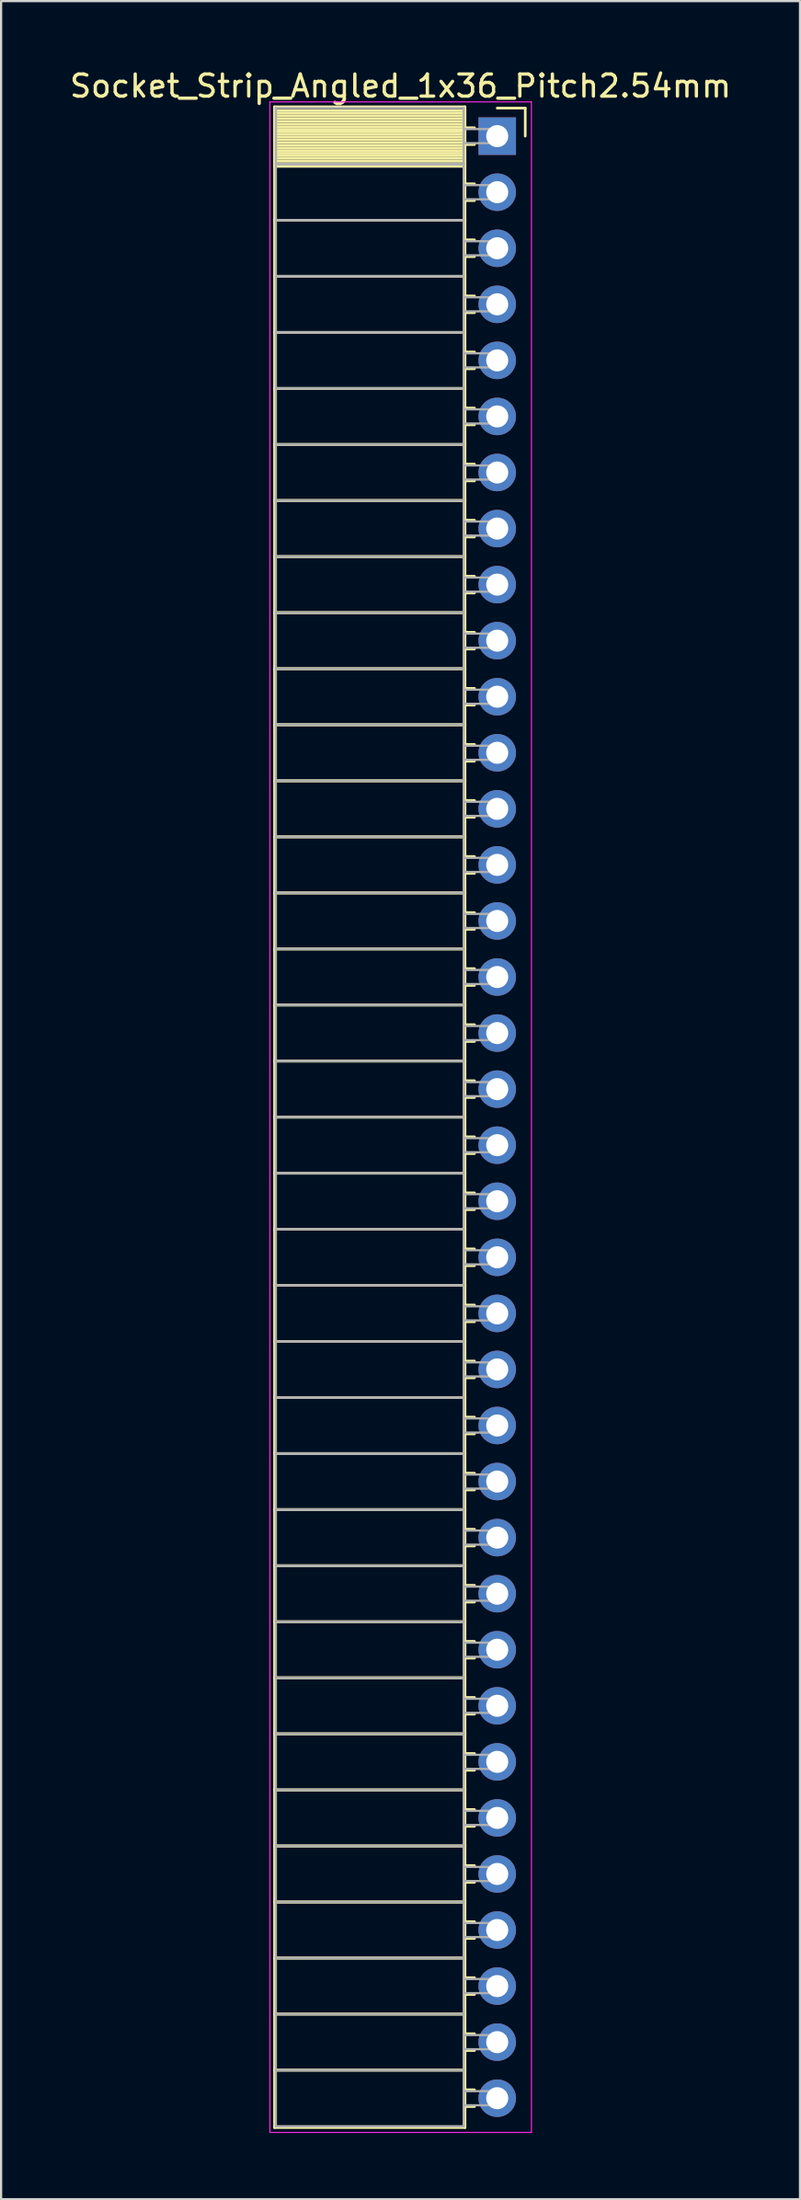
<source format=kicad_pcb>
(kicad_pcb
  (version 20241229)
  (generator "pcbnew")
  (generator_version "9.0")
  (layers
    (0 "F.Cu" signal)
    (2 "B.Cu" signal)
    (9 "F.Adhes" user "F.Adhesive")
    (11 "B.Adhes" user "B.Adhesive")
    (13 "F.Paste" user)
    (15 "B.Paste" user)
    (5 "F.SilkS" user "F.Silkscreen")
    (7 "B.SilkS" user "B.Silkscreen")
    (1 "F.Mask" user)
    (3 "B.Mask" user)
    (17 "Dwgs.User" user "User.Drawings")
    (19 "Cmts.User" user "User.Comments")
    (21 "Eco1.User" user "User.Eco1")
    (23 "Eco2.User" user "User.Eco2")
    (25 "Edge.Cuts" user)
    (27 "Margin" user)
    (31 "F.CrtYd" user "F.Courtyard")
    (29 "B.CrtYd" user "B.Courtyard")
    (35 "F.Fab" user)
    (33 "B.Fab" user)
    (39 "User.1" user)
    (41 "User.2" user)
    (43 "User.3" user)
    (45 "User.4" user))
  (footprint "Socket_Strip_Angled_1x36_Pitch2.54mm"
    (layer "F.Cu")
    (at 19.481 3.118)
    (property "Reference" "Socket_Strip_Angled_1x36_Pitch2.54mm" (at -4.38 -2.27 0) (layer "F.SilkS") (effects (font (size 1 1) (thickness 0.15))))
    (attr through_hole)
    (fp_line (start -10.09 -1.33) (end -1.46 -1.33) (stroke (width 0.12) (type solid)) (layer "F.SilkS"))
    (fp_line (start -10.09 1.27) (end -10.09 -1.33) (stroke (width 0.12) (type solid)) (layer "F.SilkS"))
    (fp_line (start -10.09 1.27) (end -1.46 1.27) (stroke (width 0.12) (type solid)) (layer "F.SilkS"))
    (fp_line (start -10.09 3.81) (end -10.09 1.27) (stroke (width 0.12) (type solid)) (layer "F.SilkS"))
    (fp_line (start -10.09 3.81) (end -1.46 3.81) (stroke (width 0.12) (type solid)) (layer "F.SilkS"))
    (fp_line (start -10.09 6.35) (end -10.09 3.81) (stroke (width 0.12) (type solid)) (layer "F.SilkS"))
    (fp_line (start -10.09 6.35) (end -1.46 6.35) (stroke (width 0.12) (type solid)) (layer "F.SilkS"))
    (fp_line (start -10.09 8.89) (end -10.09 6.35) (stroke (width 0.12) (type solid)) (layer "F.SilkS"))
    (fp_line (start -10.09 8.89) (end -1.46 8.89) (stroke (width 0.12) (type solid)) (layer "F.SilkS"))
    (fp_line (start -10.09 11.43) (end -10.09 8.89) (stroke (width 0.12) (type solid)) (layer "F.SilkS"))
    (fp_line (start -10.09 11.43) (end -1.46 11.43) (stroke (width 0.12) (type solid)) (layer "F.SilkS"))
    (fp_line (start -10.09 13.97) (end -10.09 11.43) (stroke (width 0.12) (type solid)) (layer "F.SilkS"))
    (fp_line (start -10.09 13.97) (end -1.46 13.97) (stroke (width 0.12) (type solid)) (layer "F.SilkS"))
    (fp_line (start -10.09 16.51) (end -10.09 13.97) (stroke (width 0.12) (type solid)) (layer "F.SilkS"))
    (fp_line (start -10.09 16.51) (end -1.46 16.51) (stroke (width 0.12) (type solid)) (layer "F.SilkS"))
    (fp_line (start -10.09 19.05) (end -10.09 16.51) (stroke (width 0.12) (type solid)) (layer "F.SilkS"))
    (fp_line (start -10.09 19.05) (end -1.46 19.05) (stroke (width 0.12) (type solid)) (layer "F.SilkS"))
    (fp_line (start -10.09 21.59) (end -10.09 19.05) (stroke (width 0.12) (type solid)) (layer "F.SilkS"))
    (fp_line (start -10.09 21.59) (end -1.46 21.59) (stroke (width 0.12) (type solid)) (layer "F.SilkS"))
    (fp_line (start -10.09 24.13) (end -10.09 21.59) (stroke (width 0.12) (type solid)) (layer "F.SilkS"))
    (fp_line (start -10.09 24.13) (end -1.46 24.13) (stroke (width 0.12) (type solid)) (layer "F.SilkS"))
    (fp_line (start -10.09 26.67) (end -10.09 24.13) (stroke (width 0.12) (type solid)) (layer "F.SilkS"))
    (fp_line (start -10.09 26.67) (end -1.46 26.67) (stroke (width 0.12) (type solid)) (layer "F.SilkS"))
    (fp_line (start -10.09 29.21) (end -10.09 26.67) (stroke (width 0.12) (type solid)) (layer "F.SilkS"))
    (fp_line (start -10.09 29.21) (end -1.46 29.21) (stroke (width 0.12) (type solid)) (layer "F.SilkS"))
    (fp_line (start -10.09 31.75) (end -10.09 29.21) (stroke (width 0.12) (type solid)) (layer "F.SilkS"))
    (fp_line (start -10.09 31.75) (end -1.46 31.75) (stroke (width 0.12) (type solid)) (layer "F.SilkS"))
    (fp_line (start -10.09 34.29) (end -10.09 31.75) (stroke (width 0.12) (type solid)) (layer "F.SilkS"))
    (fp_line (start -10.09 34.29) (end -1.46 34.29) (stroke (width 0.12) (type solid)) (layer "F.SilkS"))
    (fp_line (start -10.09 36.83) (end -10.09 34.29) (stroke (width 0.12) (type solid)) (layer "F.SilkS"))
    (fp_line (start -10.09 36.83) (end -1.46 36.83) (stroke (width 0.12) (type solid)) (layer "F.SilkS"))
    (fp_line (start -10.09 39.37) (end -10.09 36.83) (stroke (width 0.12) (type solid)) (layer "F.SilkS"))
    (fp_line (start -10.09 39.37) (end -1.46 39.37) (stroke (width 0.12) (type solid)) (layer "F.SilkS"))
    (fp_line (start -10.09 41.91) (end -10.09 39.37) (stroke (width 0.12) (type solid)) (layer "F.SilkS"))
    (fp_line (start -10.09 41.91) (end -1.46 41.91) (stroke (width 0.12) (type solid)) (layer "F.SilkS"))
    (fp_line (start -10.09 44.45) (end -10.09 41.91) (stroke (width 0.12) (type solid)) (layer "F.SilkS"))
    (fp_line (start -10.09 44.45) (end -1.46 44.45) (stroke (width 0.12) (type solid)) (layer "F.SilkS"))
    (fp_line (start -10.09 46.99) (end -10.09 44.45) (stroke (width 0.12) (type solid)) (layer "F.SilkS"))
    (fp_line (start -10.09 46.99) (end -1.46 46.99) (stroke (width 0.12) (type solid)) (layer "F.SilkS"))
    (fp_line (start -10.09 49.53) (end -10.09 46.99) (stroke (width 0.12) (type solid)) (layer "F.SilkS"))
    (fp_line (start -10.09 49.53) (end -1.46 49.53) (stroke (width 0.12) (type solid)) (layer "F.SilkS"))
    (fp_line (start -10.09 52.07) (end -10.09 49.53) (stroke (width 0.12) (type solid)) (layer "F.SilkS"))
    (fp_line (start -10.09 52.07) (end -1.46 52.07) (stroke (width 0.12) (type solid)) (layer "F.SilkS"))
    (fp_line (start -10.09 54.61) (end -10.09 52.07) (stroke (width 0.12) (type solid)) (layer "F.SilkS"))
    (fp_line (start -10.09 54.61) (end -1.46 54.61) (stroke (width 0.12) (type solid)) (layer "F.SilkS"))
    (fp_line (start -10.09 57.15) (end -10.09 54.61) (stroke (width 0.12) (type solid)) (layer "F.SilkS"))
    (fp_line (start -10.09 57.15) (end -1.46 57.15) (stroke (width 0.12) (type solid)) (layer "F.SilkS"))
    (fp_line (start -10.09 59.69) (end -10.09 57.15) (stroke (width 0.12) (type solid)) (layer "F.SilkS"))
    (fp_line (start -10.09 59.69) (end -1.46 59.69) (stroke (width 0.12) (type solid)) (layer "F.SilkS"))
    (fp_line (start -10.09 62.23) (end -10.09 59.69) (stroke (width 0.12) (type solid)) (layer "F.SilkS"))
    (fp_line (start -10.09 62.23) (end -1.46 62.23) (stroke (width 0.12) (type solid)) (layer "F.SilkS"))
    (fp_line (start -10.09 64.77) (end -10.09 62.23) (stroke (width 0.12) (type solid)) (layer "F.SilkS"))
    (fp_line (start -10.09 64.77) (end -1.46 64.77) (stroke (width 0.12) (type solid)) (layer "F.SilkS"))
    (fp_line (start -10.09 67.31) (end -10.09 64.77) (stroke (width 0.12) (type solid)) (layer "F.SilkS"))
    (fp_line (start -10.09 67.31) (end -1.46 67.31) (stroke (width 0.12) (type solid)) (layer "F.SilkS"))
    (fp_line (start -10.09 69.85) (end -10.09 67.31) (stroke (width 0.12) (type solid)) (layer "F.SilkS"))
    (fp_line (start -10.09 69.85) (end -1.46 69.85) (stroke (width 0.12) (type solid)) (layer "F.SilkS"))
    (fp_line (start -10.09 72.39) (end -10.09 69.85) (stroke (width 0.12) (type solid)) (layer "F.SilkS"))
    (fp_line (start -10.09 72.39) (end -1.46 72.39) (stroke (width 0.12) (type solid)) (layer "F.SilkS"))
    (fp_line (start -10.09 74.93) (end -10.09 72.39) (stroke (width 0.12) (type solid)) (layer "F.SilkS"))
    (fp_line (start -10.09 74.93) (end -1.46 74.93) (stroke (width 0.12) (type solid)) (layer "F.SilkS"))
    (fp_line (start -10.09 77.47) (end -10.09 74.93) (stroke (width 0.12) (type solid)) (layer "F.SilkS"))
    (fp_line (start -10.09 77.47) (end -1.46 77.47) (stroke (width 0.12) (type solid)) (layer "F.SilkS"))
    (fp_line (start -10.09 80.01) (end -10.09 77.47) (stroke (width 0.12) (type solid)) (layer "F.SilkS"))
    (fp_line (start -10.09 80.01) (end -1.46 80.01) (stroke (width 0.12) (type solid)) (layer "F.SilkS"))
    (fp_line (start -10.09 82.55) (end -10.09 80.01) (stroke (width 0.12) (type solid)) (layer "F.SilkS"))
    (fp_line (start -10.09 82.55) (end -1.46 82.55) (stroke (width 0.12) (type solid)) (layer "F.SilkS"))
    (fp_line (start -10.09 85.09) (end -10.09 82.55) (stroke (width 0.12) (type solid)) (layer "F.SilkS"))
    (fp_line (start -10.09 85.09) (end -1.46 85.09) (stroke (width 0.12) (type solid)) (layer "F.SilkS"))
    (fp_line (start -10.09 87.63) (end -10.09 85.09) (stroke (width 0.12) (type solid)) (layer "F.SilkS"))
    (fp_line (start -10.09 87.63) (end -1.46 87.63) (stroke (width 0.12) (type solid)) (layer "F.SilkS"))
    (fp_line (start -10.09 90.23) (end -10.09 87.63) (stroke (width 0.12) (type solid)) (layer "F.SilkS"))
    (fp_line (start -1.46 -1.33) (end -1.46 1.27) (stroke (width 0.12) (type solid)) (layer "F.SilkS"))
    (fp_line (start -1.46 -1.15) (end -10.09 -1.15) (stroke (width 0.12) (type solid)) (layer "F.SilkS"))
    (fp_line (start -1.46 -1.03) (end -10.09 -1.03) (stroke (width 0.12) (type solid)) (layer "F.SilkS"))
    (fp_line (start -1.46 -0.91) (end -10.09 -0.91) (stroke (width 0.12) (type solid)) (layer "F.SilkS"))
    (fp_line (start -1.46 -0.79) (end -10.09 -0.79) (stroke (width 0.12) (type solid)) (layer "F.SilkS"))
    (fp_line (start -1.46 -0.67) (end -10.09 -0.67) (stroke (width 0.12) (type solid)) (layer "F.SilkS"))
    (fp_line (start -1.46 -0.55) (end -10.09 -0.55) (stroke (width 0.12) (type solid)) (layer "F.SilkS"))
    (fp_line (start -1.46 -0.43) (end -10.09 -0.43) (stroke (width 0.12) (type solid)) (layer "F.SilkS"))
    (fp_line (start -1.46 -0.31) (end -10.09 -0.31) (stroke (width 0.12) (type solid)) (layer "F.SilkS"))
    (fp_line (start -1.46 -0.19) (end -10.09 -0.19) (stroke (width 0.12) (type solid)) (layer "F.SilkS"))
    (fp_line (start -1.46 -0.07) (end -10.09 -0.07) (stroke (width 0.12) (type solid)) (layer "F.SilkS"))
    (fp_line (start -1.46 0.05) (end -10.09 0.05) (stroke (width 0.12) (type solid)) (layer "F.SilkS"))
    (fp_line (start -1.46 0.17) (end -10.09 0.17) (stroke (width 0.12) (type solid)) (layer "F.SilkS"))
    (fp_line (start -1.46 0.29) (end -10.09 0.29) (stroke (width 0.12) (type solid)) (layer "F.SilkS"))
    (fp_line (start -1.46 0.41) (end -10.09 0.41) (stroke (width 0.12) (type solid)) (layer "F.SilkS"))
    (fp_line (start -1.46 0.53) (end -10.09 0.53) (stroke (width 0.12) (type solid)) (layer "F.SilkS"))
    (fp_line (start -1.46 0.65) (end -10.09 0.65) (stroke (width 0.12) (type solid)) (layer "F.SilkS"))
    (fp_line (start -1.46 0.77) (end -10.09 0.77) (stroke (width 0.12) (type solid)) (layer "F.SilkS"))
    (fp_line (start -1.46 0.89) (end -10.09 0.89) (stroke (width 0.12) (type solid)) (layer "F.SilkS"))
    (fp_line (start -1.46 1.01) (end -10.09 1.01) (stroke (width 0.12) (type solid)) (layer "F.SilkS"))
    (fp_line (start -1.46 1.13) (end -10.09 1.13) (stroke (width 0.12) (type solid)) (layer "F.SilkS"))
    (fp_line (start -1.46 1.25) (end -10.09 1.25) (stroke (width 0.12) (type solid)) (layer "F.SilkS"))
    (fp_line (start -1.46 1.27) (end -10.09 1.27) (stroke (width 0.12) (type solid)) (layer "F.SilkS"))
    (fp_line (start -1.46 1.27) (end -1.46 3.81) (stroke (width 0.12) (type solid)) (layer "F.SilkS"))
    (fp_line (start -1.46 1.37) (end -10.09 1.37) (stroke (width 0.12) (type solid)) (layer "F.SilkS"))
    (fp_line (start -1.46 3.81) (end -10.09 3.81) (stroke (width 0.12) (type solid)) (layer "F.SilkS"))
    (fp_line (start -1.46 3.81) (end -1.46 6.35) (stroke (width 0.12) (type solid)) (layer "F.SilkS"))
    (fp_line (start -1.46 6.35) (end -10.09 6.35) (stroke (width 0.12) (type solid)) (layer "F.SilkS"))
    (fp_line (start -1.46 6.35) (end -1.46 8.89) (stroke (width 0.12) (type solid)) (layer "F.SilkS"))
    (fp_line (start -1.46 8.89) (end -10.09 8.89) (stroke (width 0.12) (type solid)) (layer "F.SilkS"))
    (fp_line (start -1.46 8.89) (end -1.46 11.43) (stroke (width 0.12) (type solid)) (layer "F.SilkS"))
    (fp_line (start -1.46 11.43) (end -10.09 11.43) (stroke (width 0.12) (type solid)) (layer "F.SilkS"))
    (fp_line (start -1.46 11.43) (end -1.46 13.97) (stroke (width 0.12) (type solid)) (layer "F.SilkS"))
    (fp_line (start -1.46 13.97) (end -10.09 13.97) (stroke (width 0.12) (type solid)) (layer "F.SilkS"))
    (fp_line (start -1.46 13.97) (end -1.46 16.51) (stroke (width 0.12) (type solid)) (layer "F.SilkS"))
    (fp_line (start -1.46 16.51) (end -10.09 16.51) (stroke (width 0.12) (type solid)) (layer "F.SilkS"))
    (fp_line (start -1.46 16.51) (end -1.46 19.05) (stroke (width 0.12) (type solid)) (layer "F.SilkS"))
    (fp_line (start -1.46 19.05) (end -10.09 19.05) (stroke (width 0.12) (type solid)) (layer "F.SilkS"))
    (fp_line (start -1.46 19.05) (end -1.46 21.59) (stroke (width 0.12) (type solid)) (layer "F.SilkS"))
    (fp_line (start -1.46 21.59) (end -10.09 21.59) (stroke (width 0.12) (type solid)) (layer "F.SilkS"))
    (fp_line (start -1.46 21.59) (end -1.46 24.13) (stroke (width 0.12) (type solid)) (layer "F.SilkS"))
    (fp_line (start -1.46 24.13) (end -10.09 24.13) (stroke (width 0.12) (type solid)) (layer "F.SilkS"))
    (fp_line (start -1.46 24.13) (end -1.46 26.67) (stroke (width 0.12) (type solid)) (layer "F.SilkS"))
    (fp_line (start -1.46 26.67) (end -10.09 26.67) (stroke (width 0.12) (type solid)) (layer "F.SilkS"))
    (fp_line (start -1.46 26.67) (end -1.46 29.21) (stroke (width 0.12) (type solid)) (layer "F.SilkS"))
    (fp_line (start -1.46 29.21) (end -10.09 29.21) (stroke (width 0.12) (type solid)) (layer "F.SilkS"))
    (fp_line (start -1.46 29.21) (end -1.46 31.75) (stroke (width 0.12) (type solid)) (layer "F.SilkS"))
    (fp_line (start -1.46 31.75) (end -10.09 31.75) (stroke (width 0.12) (type solid)) (layer "F.SilkS"))
    (fp_line (start -1.46 31.75) (end -1.46 34.29) (stroke (width 0.12) (type solid)) (layer "F.SilkS"))
    (fp_line (start -1.46 34.29) (end -10.09 34.29) (stroke (width 0.12) (type solid)) (layer "F.SilkS"))
    (fp_line (start -1.46 34.29) (end -1.46 36.83) (stroke (width 0.12) (type solid)) (layer "F.SilkS"))
    (fp_line (start -1.46 36.83) (end -10.09 36.83) (stroke (width 0.12) (type solid)) (layer "F.SilkS"))
    (fp_line (start -1.46 36.83) (end -1.46 39.37) (stroke (width 0.12) (type solid)) (layer "F.SilkS"))
    (fp_line (start -1.46 39.37) (end -10.09 39.37) (stroke (width 0.12) (type solid)) (layer "F.SilkS"))
    (fp_line (start -1.46 39.37) (end -1.46 41.91) (stroke (width 0.12) (type solid)) (layer "F.SilkS"))
    (fp_line (start -1.46 41.91) (end -10.09 41.91) (stroke (width 0.12) (type solid)) (layer "F.SilkS"))
    (fp_line (start -1.46 41.91) (end -1.46 44.45) (stroke (width 0.12) (type solid)) (layer "F.SilkS"))
    (fp_line (start -1.46 44.45) (end -10.09 44.45) (stroke (width 0.12) (type solid)) (layer "F.SilkS"))
    (fp_line (start -1.46 44.45) (end -1.46 46.99) (stroke (width 0.12) (type solid)) (layer "F.SilkS"))
    (fp_line (start -1.46 46.99) (end -10.09 46.99) (stroke (width 0.12) (type solid)) (layer "F.SilkS"))
    (fp_line (start -1.46 46.99) (end -1.46 49.53) (stroke (width 0.12) (type solid)) (layer "F.SilkS"))
    (fp_line (start -1.46 49.53) (end -10.09 49.53) (stroke (width 0.12) (type solid)) (layer "F.SilkS"))
    (fp_line (start -1.46 49.53) (end -1.46 52.07) (stroke (width 0.12) (type solid)) (layer "F.SilkS"))
    (fp_line (start -1.46 52.07) (end -10.09 52.07) (stroke (width 0.12) (type solid)) (layer "F.SilkS"))
    (fp_line (start -1.46 52.07) (end -1.46 54.61) (stroke (width 0.12) (type solid)) (layer "F.SilkS"))
    (fp_line (start -1.46 54.61) (end -10.09 54.61) (stroke (width 0.12) (type solid)) (layer "F.SilkS"))
    (fp_line (start -1.46 54.61) (end -1.46 57.15) (stroke (width 0.12) (type solid)) (layer "F.SilkS"))
    (fp_line (start -1.46 57.15) (end -10.09 57.15) (stroke (width 0.12) (type solid)) (layer "F.SilkS"))
    (fp_line (start -1.46 57.15) (end -1.46 59.69) (stroke (width 0.12) (type solid)) (layer "F.SilkS"))
    (fp_line (start -1.46 59.69) (end -10.09 59.69) (stroke (width 0.12) (type solid)) (layer "F.SilkS"))
    (fp_line (start -1.46 59.69) (end -1.46 62.23) (stroke (width 0.12) (type solid)) (layer "F.SilkS"))
    (fp_line (start -1.46 62.23) (end -10.09 62.23) (stroke (width 0.12) (type solid)) (layer "F.SilkS"))
    (fp_line (start -1.46 62.23) (end -1.46 64.77) (stroke (width 0.12) (type solid)) (layer "F.SilkS"))
    (fp_line (start -1.46 64.77) (end -10.09 64.77) (stroke (width 0.12) (type solid)) (layer "F.SilkS"))
    (fp_line (start -1.46 64.77) (end -1.46 67.31) (stroke (width 0.12) (type solid)) (layer "F.SilkS"))
    (fp_line (start -1.46 67.31) (end -10.09 67.31) (stroke (width 0.12) (type solid)) (layer "F.SilkS"))
    (fp_line (start -1.46 67.31) (end -1.46 69.85) (stroke (width 0.12) (type solid)) (layer "F.SilkS"))
    (fp_line (start -1.46 69.85) (end -10.09 69.85) (stroke (width 0.12) (type solid)) (layer "F.SilkS"))
    (fp_line (start -1.46 69.85) (end -1.46 72.39) (stroke (width 0.12) (type solid)) (layer "F.SilkS"))
    (fp_line (start -1.46 72.39) (end -10.09 72.39) (stroke (width 0.12) (type solid)) (layer "F.SilkS"))
    (fp_line (start -1.46 72.39) (end -1.46 74.93) (stroke (width 0.12) (type solid)) (layer "F.SilkS"))
    (fp_line (start -1.46 74.93) (end -10.09 74.93) (stroke (width 0.12) (type solid)) (layer "F.SilkS"))
    (fp_line (start -1.46 74.93) (end -1.46 77.47) (stroke (width 0.12) (type solid)) (layer "F.SilkS"))
    (fp_line (start -1.46 77.47) (end -10.09 77.47) (stroke (width 0.12) (type solid)) (layer "F.SilkS"))
    (fp_line (start -1.46 77.47) (end -1.46 80.01) (stroke (width 0.12) (type solid)) (layer "F.SilkS"))
    (fp_line (start -1.46 80.01) (end -10.09 80.01) (stroke (width 0.12) (type solid)) (layer "F.SilkS"))
    (fp_line (start -1.46 80.01) (end -1.46 82.55) (stroke (width 0.12) (type solid)) (layer "F.SilkS"))
    (fp_line (start -1.46 82.55) (end -10.09 82.55) (stroke (width 0.12) (type solid)) (layer "F.SilkS"))
    (fp_line (start -1.46 82.55) (end -1.46 85.09) (stroke (width 0.12) (type solid)) (layer "F.SilkS"))
    (fp_line (start -1.46 85.09) (end -10.09 85.09) (stroke (width 0.12) (type solid)) (layer "F.SilkS"))
    (fp_line (start -1.46 85.09) (end -1.46 87.63) (stroke (width 0.12) (type solid)) (layer "F.SilkS"))
    (fp_line (start -1.46 87.63) (end -10.09 87.63) (stroke (width 0.12) (type solid)) (layer "F.SilkS"))
    (fp_line (start -1.46 87.63) (end -1.46 90.23) (stroke (width 0.12) (type solid)) (layer "F.SilkS"))
    (fp_line (start -1.46 90.23) (end -10.09 90.23) (stroke (width 0.12) (type solid)) (layer "F.SilkS"))
    (fp_line (start -1.03 -0.38) (end -1.46 -0.38) (stroke (width 0.12) (type solid)) (layer "F.SilkS"))
    (fp_line (start -1.03 0.38) (end -1.46 0.38) (stroke (width 0.12) (type solid)) (layer "F.SilkS"))
    (fp_line (start -1.03 2.16) (end -1.46 2.16) (stroke (width 0.12) (type solid)) (layer "F.SilkS"))
    (fp_line (start -1.03 2.92) (end -1.46 2.92) (stroke (width 0.12) (type solid)) (layer "F.SilkS"))
    (fp_line (start -1.03 4.7) (end -1.46 4.7) (stroke (width 0.12) (type solid)) (layer "F.SilkS"))
    (fp_line (start -1.03 5.46) (end -1.46 5.46) (stroke (width 0.12) (type solid)) (layer "F.SilkS"))
    (fp_line (start -1.03 7.24) (end -1.46 7.24) (stroke (width 0.12) (type solid)) (layer "F.SilkS"))
    (fp_line (start -1.03 8) (end -1.46 8) (stroke (width 0.12) (type solid)) (layer "F.SilkS"))
    (fp_line (start -1.03 9.78) (end -1.46 9.78) (stroke (width 0.12) (type solid)) (layer "F.SilkS"))
    (fp_line (start -1.03 10.54) (end -1.46 10.54) (stroke (width 0.12) (type solid)) (layer "F.SilkS"))
    (fp_line (start -1.03 12.32) (end -1.46 12.32) (stroke (width 0.12) (type solid)) (layer "F.SilkS"))
    (fp_line (start -1.03 13.08) (end -1.46 13.08) (stroke (width 0.12) (type solid)) (layer "F.SilkS"))
    (fp_line (start -1.03 14.86) (end -1.46 14.86) (stroke (width 0.12) (type solid)) (layer "F.SilkS"))
    (fp_line (start -1.03 15.62) (end -1.46 15.62) (stroke (width 0.12) (type solid)) (layer "F.SilkS"))
    (fp_line (start -1.03 17.4) (end -1.46 17.4) (stroke (width 0.12) (type solid)) (layer "F.SilkS"))
    (fp_line (start -1.03 18.16) (end -1.46 18.16) (stroke (width 0.12) (type solid)) (layer "F.SilkS"))
    (fp_line (start -1.03 19.94) (end -1.46 19.94) (stroke (width 0.12) (type solid)) (layer "F.SilkS"))
    (fp_line (start -1.03 20.7) (end -1.46 20.7) (stroke (width 0.12) (type solid)) (layer "F.SilkS"))
    (fp_line (start -1.03 22.48) (end -1.46 22.48) (stroke (width 0.12) (type solid)) (layer "F.SilkS"))
    (fp_line (start -1.03 23.24) (end -1.46 23.24) (stroke (width 0.12) (type solid)) (layer "F.SilkS"))
    (fp_line (start -1.03 25.02) (end -1.46 25.02) (stroke (width 0.12) (type solid)) (layer "F.SilkS"))
    (fp_line (start -1.03 25.78) (end -1.46 25.78) (stroke (width 0.12) (type solid)) (layer "F.SilkS"))
    (fp_line (start -1.03 27.56) (end -1.46 27.56) (stroke (width 0.12) (type solid)) (layer "F.SilkS"))
    (fp_line (start -1.03 28.32) (end -1.46 28.32) (stroke (width 0.12) (type solid)) (layer "F.SilkS"))
    (fp_line (start -1.03 30.1) (end -1.46 30.1) (stroke (width 0.12) (type solid)) (layer "F.SilkS"))
    (fp_line (start -1.03 30.86) (end -1.46 30.86) (stroke (width 0.12) (type solid)) (layer "F.SilkS"))
    (fp_line (start -1.03 32.64) (end -1.46 32.64) (stroke (width 0.12) (type solid)) (layer "F.SilkS"))
    (fp_line (start -1.03 33.4) (end -1.46 33.4) (stroke (width 0.12) (type solid)) (layer "F.SilkS"))
    (fp_line (start -1.03 35.18) (end -1.46 35.18) (stroke (width 0.12) (type solid)) (layer "F.SilkS"))
    (fp_line (start -1.03 35.94) (end -1.46 35.94) (stroke (width 0.12) (type solid)) (layer "F.SilkS"))
    (fp_line (start -1.03 37.72) (end -1.46 37.72) (stroke (width 0.12) (type solid)) (layer "F.SilkS"))
    (fp_line (start -1.03 38.48) (end -1.46 38.48) (stroke (width 0.12) (type solid)) (layer "F.SilkS"))
    (fp_line (start -1.03 40.26) (end -1.46 40.26) (stroke (width 0.12) (type solid)) (layer "F.SilkS"))
    (fp_line (start -1.03 41.02) (end -1.46 41.02) (stroke (width 0.12) (type solid)) (layer "F.SilkS"))
    (fp_line (start -1.03 42.8) (end -1.46 42.8) (stroke (width 0.12) (type solid)) (layer "F.SilkS"))
    (fp_line (start -1.03 43.56) (end -1.46 43.56) (stroke (width 0.12) (type solid)) (layer "F.SilkS"))
    (fp_line (start -1.03 45.34) (end -1.46 45.34) (stroke (width 0.12) (type solid)) (layer "F.SilkS"))
    (fp_line (start -1.03 46.1) (end -1.46 46.1) (stroke (width 0.12) (type solid)) (layer "F.SilkS"))
    (fp_line (start -1.03 47.88) (end -1.46 47.88) (stroke (width 0.12) (type solid)) (layer "F.SilkS"))
    (fp_line (start -1.03 48.64) (end -1.46 48.64) (stroke (width 0.12) (type solid)) (layer "F.SilkS"))
    (fp_line (start -1.03 50.42) (end -1.46 50.42) (stroke (width 0.12) (type solid)) (layer "F.SilkS"))
    (fp_line (start -1.03 51.18) (end -1.46 51.18) (stroke (width 0.12) (type solid)) (layer "F.SilkS"))
    (fp_line (start -1.03 52.96) (end -1.46 52.96) (stroke (width 0.12) (type solid)) (layer "F.SilkS"))
    (fp_line (start -1.03 53.72) (end -1.46 53.72) (stroke (width 0.12) (type solid)) (layer "F.SilkS"))
    (fp_line (start -1.03 55.5) (end -1.46 55.5) (stroke (width 0.12) (type solid)) (layer "F.SilkS"))
    (fp_line (start -1.03 56.26) (end -1.46 56.26) (stroke (width 0.12) (type solid)) (layer "F.SilkS"))
    (fp_line (start -1.03 58.04) (end -1.46 58.04) (stroke (width 0.12) (type solid)) (layer "F.SilkS"))
    (fp_line (start -1.03 58.8) (end -1.46 58.8) (stroke (width 0.12) (type solid)) (layer "F.SilkS"))
    (fp_line (start -1.03 60.58) (end -1.46 60.58) (stroke (width 0.12) (type solid)) (layer "F.SilkS"))
    (fp_line (start -1.03 61.34) (end -1.46 61.34) (stroke (width 0.12) (type solid)) (layer "F.SilkS"))
    (fp_line (start -1.03 63.12) (end -1.46 63.12) (stroke (width 0.12) (type solid)) (layer "F.SilkS"))
    (fp_line (start -1.03 63.88) (end -1.46 63.88) (stroke (width 0.12) (type solid)) (layer "F.SilkS"))
    (fp_line (start -1.03 65.66) (end -1.46 65.66) (stroke (width 0.12) (type solid)) (layer "F.SilkS"))
    (fp_line (start -1.03 66.42) (end -1.46 66.42) (stroke (width 0.12) (type solid)) (layer "F.SilkS"))
    (fp_line (start -1.03 68.2) (end -1.46 68.2) (stroke (width 0.12) (type solid)) (layer "F.SilkS"))
    (fp_line (start -1.03 68.96) (end -1.46 68.96) (stroke (width 0.12) (type solid)) (layer "F.SilkS"))
    (fp_line (start -1.03 70.74) (end -1.46 70.74) (stroke (width 0.12) (type solid)) (layer "F.SilkS"))
    (fp_line (start -1.03 71.5) (end -1.46 71.5) (stroke (width 0.12) (type solid)) (layer "F.SilkS"))
    (fp_line (start -1.03 73.28) (end -1.46 73.28) (stroke (width 0.12) (type solid)) (layer "F.SilkS"))
    (fp_line (start -1.03 74.04) (end -1.46 74.04) (stroke (width 0.12) (type solid)) (layer "F.SilkS"))
    (fp_line (start -1.03 75.82) (end -1.46 75.82) (stroke (width 0.12) (type solid)) (layer "F.SilkS"))
    (fp_line (start -1.03 76.58) (end -1.46 76.58) (stroke (width 0.12) (type solid)) (layer "F.SilkS"))
    (fp_line (start -1.03 78.36) (end -1.46 78.36) (stroke (width 0.12) (type solid)) (layer "F.SilkS"))
    (fp_line (start -1.03 79.12) (end -1.46 79.12) (stroke (width 0.12) (type solid)) (layer "F.SilkS"))
    (fp_line (start -1.03 80.9) (end -1.46 80.9) (stroke (width 0.12) (type solid)) (layer "F.SilkS"))
    (fp_line (start -1.03 81.66) (end -1.46 81.66) (stroke (width 0.12) (type solid)) (layer "F.SilkS"))
    (fp_line (start -1.03 83.44) (end -1.46 83.44) (stroke (width 0.12) (type solid)) (layer "F.SilkS"))
    (fp_line (start -1.03 84.2) (end -1.46 84.2) (stroke (width 0.12) (type solid)) (layer "F.SilkS"))
    (fp_line (start -1.03 85.98) (end -1.46 85.98) (stroke (width 0.12) (type solid)) (layer "F.SilkS"))
    (fp_line (start -1.03 86.74) (end -1.46 86.74) (stroke (width 0.12) (type solid)) (layer "F.SilkS"))
    (fp_line (start -1.03 88.52) (end -1.46 88.52) (stroke (width 0.12) (type solid)) (layer "F.SilkS"))
    (fp_line (start -1.03 89.28) (end -1.46 89.28) (stroke (width 0.12) (type solid)) (layer "F.SilkS"))
    (fp_line (start 0 -1.27) (end 1.27 -1.27) (stroke (width 0.12) (type solid)) (layer "F.SilkS"))
    (fp_line (start 1.27 -1.27) (end 1.27 0) (stroke (width 0.12) (type solid)) (layer "F.SilkS"))
    (fp_line (start -10.3 -1.55) (end 1.55 -1.55) (stroke (width 0.05) (type solid)) (layer "F.CrtYd"))
    (fp_line (start -10.3 90.45) (end -10.3 -1.55) (stroke (width 0.05) (type solid)) (layer "F.CrtYd"))
    (fp_line (start 1.55 -1.55) (end 1.55 90.45) (stroke (width 0.05) (type solid)) (layer "F.CrtYd"))
    (fp_line (start 1.55 90.45) (end -10.3 90.45) (stroke (width 0.05) (type solid)) (layer "F.CrtYd"))
    (fp_line (start -10.03 -1.27) (end -1.52 -1.27) (stroke (width 0.1) (type solid)) (layer "F.Fab"))
    (fp_line (start -10.03 1.27) (end -10.03 -1.27) (stroke (width 0.1) (type solid)) (layer "F.Fab"))
    (fp_line (start -10.03 1.27) (end -1.52 1.27) (stroke (width 0.1) (type solid)) (layer "F.Fab"))
    (fp_line (start -10.03 3.81) (end -10.03 1.27) (stroke (width 0.1) (type solid)) (layer "F.Fab"))
    (fp_line (start -10.03 3.81) (end -1.52 3.81) (stroke (width 0.1) (type solid)) (layer "F.Fab"))
    (fp_line (start -10.03 6.35) (end -10.03 3.81) (stroke (width 0.1) (type solid)) (layer "F.Fab"))
    (fp_line (start -10.03 6.35) (end -1.52 6.35) (stroke (width 0.1) (type solid)) (layer "F.Fab"))
    (fp_line (start -10.03 8.89) (end -10.03 6.35) (stroke (width 0.1) (type solid)) (layer "F.Fab"))
    (fp_line (start -10.03 8.89) (end -1.52 8.89) (stroke (width 0.1) (type solid)) (layer "F.Fab"))
    (fp_line (start -10.03 11.43) (end -10.03 8.89) (stroke (width 0.1) (type solid)) (layer "F.Fab"))
    (fp_line (start -10.03 11.43) (end -1.52 11.43) (stroke (width 0.1) (type solid)) (layer "F.Fab"))
    (fp_line (start -10.03 13.97) (end -10.03 11.43) (stroke (width 0.1) (type solid)) (layer "F.Fab"))
    (fp_line (start -10.03 13.97) (end -1.52 13.97) (stroke (width 0.1) (type solid)) (layer "F.Fab"))
    (fp_line (start -10.03 16.51) (end -10.03 13.97) (stroke (width 0.1) (type solid)) (layer "F.Fab"))
    (fp_line (start -10.03 16.51) (end -1.52 16.51) (stroke (width 0.1) (type solid)) (layer "F.Fab"))
    (fp_line (start -10.03 19.05) (end -10.03 16.51) (stroke (width 0.1) (type solid)) (layer "F.Fab"))
    (fp_line (start -10.03 19.05) (end -1.52 19.05) (stroke (width 0.1) (type solid)) (layer "F.Fab"))
    (fp_line (start -10.03 21.59) (end -10.03 19.05) (stroke (width 0.1) (type solid)) (layer "F.Fab"))
    (fp_line (start -10.03 21.59) (end -1.52 21.59) (stroke (width 0.1) (type solid)) (layer "F.Fab"))
    (fp_line (start -10.03 24.13) (end -10.03 21.59) (stroke (width 0.1) (type solid)) (layer "F.Fab"))
    (fp_line (start -10.03 24.13) (end -1.52 24.13) (stroke (width 0.1) (type solid)) (layer "F.Fab"))
    (fp_line (start -10.03 26.67) (end -10.03 24.13) (stroke (width 0.1) (type solid)) (layer "F.Fab"))
    (fp_line (start -10.03 26.67) (end -1.52 26.67) (stroke (width 0.1) (type solid)) (layer "F.Fab"))
    (fp_line (start -10.03 29.21) (end -10.03 26.67) (stroke (width 0.1) (type solid)) (layer "F.Fab"))
    (fp_line (start -10.03 29.21) (end -1.52 29.21) (stroke (width 0.1) (type solid)) (layer "F.Fab"))
    (fp_line (start -10.03 31.75) (end -10.03 29.21) (stroke (width 0.1) (type solid)) (layer "F.Fab"))
    (fp_line (start -10.03 31.75) (end -1.52 31.75) (stroke (width 0.1) (type solid)) (layer "F.Fab"))
    (fp_line (start -10.03 34.29) (end -10.03 31.75) (stroke (width 0.1) (type solid)) (layer "F.Fab"))
    (fp_line (start -10.03 34.29) (end -1.52 34.29) (stroke (width 0.1) (type solid)) (layer "F.Fab"))
    (fp_line (start -10.03 36.83) (end -10.03 34.29) (stroke (width 0.1) (type solid)) (layer "F.Fab"))
    (fp_line (start -10.03 36.83) (end -1.52 36.83) (stroke (width 0.1) (type solid)) (layer "F.Fab"))
    (fp_line (start -10.03 39.37) (end -10.03 36.83) (stroke (width 0.1) (type solid)) (layer "F.Fab"))
    (fp_line (start -10.03 39.37) (end -1.52 39.37) (stroke (width 0.1) (type solid)) (layer "F.Fab"))
    (fp_line (start -10.03 41.91) (end -10.03 39.37) (stroke (width 0.1) (type solid)) (layer "F.Fab"))
    (fp_line (start -10.03 41.91) (end -1.52 41.91) (stroke (width 0.1) (type solid)) (layer "F.Fab"))
    (fp_line (start -10.03 44.45) (end -10.03 41.91) (stroke (width 0.1) (type solid)) (layer "F.Fab"))
    (fp_line (start -10.03 44.45) (end -1.52 44.45) (stroke (width 0.1) (type solid)) (layer "F.Fab"))
    (fp_line (start -10.03 46.99) (end -10.03 44.45) (stroke (width 0.1) (type solid)) (layer "F.Fab"))
    (fp_line (start -10.03 46.99) (end -1.52 46.99) (stroke (width 0.1) (type solid)) (layer "F.Fab"))
    (fp_line (start -10.03 49.53) (end -10.03 46.99) (stroke (width 0.1) (type solid)) (layer "F.Fab"))
    (fp_line (start -10.03 49.53) (end -1.52 49.53) (stroke (width 0.1) (type solid)) (layer "F.Fab"))
    (fp_line (start -10.03 52.07) (end -10.03 49.53) (stroke (width 0.1) (type solid)) (layer "F.Fab"))
    (fp_line (start -10.03 52.07) (end -1.52 52.07) (stroke (width 0.1) (type solid)) (layer "F.Fab"))
    (fp_line (start -10.03 54.61) (end -10.03 52.07) (stroke (width 0.1) (type solid)) (layer "F.Fab"))
    (fp_line (start -10.03 54.61) (end -1.52 54.61) (stroke (width 0.1) (type solid)) (layer "F.Fab"))
    (fp_line (start -10.03 57.15) (end -10.03 54.61) (stroke (width 0.1) (type solid)) (layer "F.Fab"))
    (fp_line (start -10.03 57.15) (end -1.52 57.15) (stroke (width 0.1) (type solid)) (layer "F.Fab"))
    (fp_line (start -10.03 59.69) (end -10.03 57.15) (stroke (width 0.1) (type solid)) (layer "F.Fab"))
    (fp_line (start -10.03 59.69) (end -1.52 59.69) (stroke (width 0.1) (type solid)) (layer "F.Fab"))
    (fp_line (start -10.03 62.23) (end -10.03 59.69) (stroke (width 0.1) (type solid)) (layer "F.Fab"))
    (fp_line (start -10.03 62.23) (end -1.52 62.23) (stroke (width 0.1) (type solid)) (layer "F.Fab"))
    (fp_line (start -10.03 64.77) (end -10.03 62.23) (stroke (width 0.1) (type solid)) (layer "F.Fab"))
    (fp_line (start -10.03 64.77) (end -1.52 64.77) (stroke (width 0.1) (type solid)) (layer "F.Fab"))
    (fp_line (start -10.03 67.31) (end -10.03 64.77) (stroke (width 0.1) (type solid)) (layer "F.Fab"))
    (fp_line (start -10.03 67.31) (end -1.52 67.31) (stroke (width 0.1) (type solid)) (layer "F.Fab"))
    (fp_line (start -10.03 69.85) (end -10.03 67.31) (stroke (width 0.1) (type solid)) (layer "F.Fab"))
    (fp_line (start -10.03 69.85) (end -1.52 69.85) (stroke (width 0.1) (type solid)) (layer "F.Fab"))
    (fp_line (start -10.03 72.39) (end -10.03 69.85) (stroke (width 0.1) (type solid)) (layer "F.Fab"))
    (fp_line (start -10.03 72.39) (end -1.52 72.39) (stroke (width 0.1) (type solid)) (layer "F.Fab"))
    (fp_line (start -10.03 74.93) (end -10.03 72.39) (stroke (width 0.1) (type solid)) (layer "F.Fab"))
    (fp_line (start -10.03 74.93) (end -1.52 74.93) (stroke (width 0.1) (type solid)) (layer "F.Fab"))
    (fp_line (start -10.03 77.47) (end -10.03 74.93) (stroke (width 0.1) (type solid)) (layer "F.Fab"))
    (fp_line (start -10.03 77.47) (end -1.52 77.47) (stroke (width 0.1) (type solid)) (layer "F.Fab"))
    (fp_line (start -10.03 80.01) (end -10.03 77.47) (stroke (width 0.1) (type solid)) (layer "F.Fab"))
    (fp_line (start -10.03 80.01) (end -1.52 80.01) (stroke (width 0.1) (type solid)) (layer "F.Fab"))
    (fp_line (start -10.03 82.55) (end -10.03 80.01) (stroke (width 0.1) (type solid)) (layer "F.Fab"))
    (fp_line (start -10.03 82.55) (end -1.52 82.55) (stroke (width 0.1) (type solid)) (layer "F.Fab"))
    (fp_line (start -10.03 85.09) (end -10.03 82.55) (stroke (width 0.1) (type solid)) (layer "F.Fab"))
    (fp_line (start -10.03 85.09) (end -1.52 85.09) (stroke (width 0.1) (type solid)) (layer "F.Fab"))
    (fp_line (start -10.03 87.63) (end -10.03 85.09) (stroke (width 0.1) (type solid)) (layer "F.Fab"))
    (fp_line (start -10.03 87.63) (end -1.52 87.63) (stroke (width 0.1) (type solid)) (layer "F.Fab"))
    (fp_line (start -10.03 90.17) (end -10.03 87.63) (stroke (width 0.1) (type solid)) (layer "F.Fab"))
    (fp_line (start -1.52 -1.27) (end -1.52 1.27) (stroke (width 0.1) (type solid)) (layer "F.Fab"))
    (fp_line (start -1.52 -0.32) (end 0 -0.32) (stroke (width 0.1) (type solid)) (layer "F.Fab"))
    (fp_line (start -1.52 0.32) (end -1.52 -0.32) (stroke (width 0.1) (type solid)) (layer "F.Fab"))
    (fp_line (start -1.52 1.27) (end -10.03 1.27) (stroke (width 0.1) (type solid)) (layer "F.Fab"))
    (fp_line (start -1.52 1.27) (end -1.52 3.81) (stroke (width 0.1) (type solid)) (layer "F.Fab"))
    (fp_line (start -1.52 2.22) (end 0 2.22) (stroke (width 0.1) (type solid)) (layer "F.Fab"))
    (fp_line (start -1.52 2.86) (end -1.52 2.22) (stroke (width 0.1) (type solid)) (layer "F.Fab"))
    (fp_line (start -1.52 3.81) (end -10.03 3.81) (stroke (width 0.1) (type solid)) (layer "F.Fab"))
    (fp_line (start -1.52 3.81) (end -1.52 6.35) (stroke (width 0.1) (type solid)) (layer "F.Fab"))
    (fp_line (start -1.52 4.76) (end 0 4.76) (stroke (width 0.1) (type solid)) (layer "F.Fab"))
    (fp_line (start -1.52 5.4) (end -1.52 4.76) (stroke (width 0.1) (type solid)) (layer "F.Fab"))
    (fp_line (start -1.52 6.35) (end -10.03 6.35) (stroke (width 0.1) (type solid)) (layer "F.Fab"))
    (fp_line (start -1.52 6.35) (end -1.52 8.89) (stroke (width 0.1) (type solid)) (layer "F.Fab"))
    (fp_line (start -1.52 7.3) (end 0 7.3) (stroke (width 0.1) (type solid)) (layer "F.Fab"))
    (fp_line (start -1.52 7.94) (end -1.52 7.3) (stroke (width 0.1) (type solid)) (layer "F.Fab"))
    (fp_line (start -1.52 8.89) (end -10.03 8.89) (stroke (width 0.1) (type solid)) (layer "F.Fab"))
    (fp_line (start -1.52 8.89) (end -1.52 11.43) (stroke (width 0.1) (type solid)) (layer "F.Fab"))
    (fp_line (start -1.52 9.84) (end 0 9.84) (stroke (width 0.1) (type solid)) (layer "F.Fab"))
    (fp_line (start -1.52 10.48) (end -1.52 9.84) (stroke (width 0.1) (type solid)) (layer "F.Fab"))
    (fp_line (start -1.52 11.43) (end -10.03 11.43) (stroke (width 0.1) (type solid)) (layer "F.Fab"))
    (fp_line (start -1.52 11.43) (end -1.52 13.97) (stroke (width 0.1) (type solid)) (layer "F.Fab"))
    (fp_line (start -1.52 12.38) (end 0 12.38) (stroke (width 0.1) (type solid)) (layer "F.Fab"))
    (fp_line (start -1.52 13.02) (end -1.52 12.38) (stroke (width 0.1) (type solid)) (layer "F.Fab"))
    (fp_line (start -1.52 13.97) (end -10.03 13.97) (stroke (width 0.1) (type solid)) (layer "F.Fab"))
    (fp_line (start -1.52 13.97) (end -1.52 16.51) (stroke (width 0.1) (type solid)) (layer "F.Fab"))
    (fp_line (start -1.52 14.92) (end 0 14.92) (stroke (width 0.1) (type solid)) (layer "F.Fab"))
    (fp_line (start -1.52 15.56) (end -1.52 14.92) (stroke (width 0.1) (type solid)) (layer "F.Fab"))
    (fp_line (start -1.52 16.51) (end -10.03 16.51) (stroke (width 0.1) (type solid)) (layer "F.Fab"))
    (fp_line (start -1.52 16.51) (end -1.52 19.05) (stroke (width 0.1) (type solid)) (layer "F.Fab"))
    (fp_line (start -1.52 17.46) (end 0 17.46) (stroke (width 0.1) (type solid)) (layer "F.Fab"))
    (fp_line (start -1.52 18.1) (end -1.52 17.46) (stroke (width 0.1) (type solid)) (layer "F.Fab"))
    (fp_line (start -1.52 19.05) (end -10.03 19.05) (stroke (width 0.1) (type solid)) (layer "F.Fab"))
    (fp_line (start -1.52 19.05) (end -1.52 21.59) (stroke (width 0.1) (type solid)) (layer "F.Fab"))
    (fp_line (start -1.52 20) (end 0 20) (stroke (width 0.1) (type solid)) (layer "F.Fab"))
    (fp_line (start -1.52 20.64) (end -1.52 20) (stroke (width 0.1) (type solid)) (layer "F.Fab"))
    (fp_line (start -1.52 21.59) (end -10.03 21.59) (stroke (width 0.1) (type solid)) (layer "F.Fab"))
    (fp_line (start -1.52 21.59) (end -1.52 24.13) (stroke (width 0.1) (type solid)) (layer "F.Fab"))
    (fp_line (start -1.52 22.54) (end 0 22.54) (stroke (width 0.1) (type solid)) (layer "F.Fab"))
    (fp_line (start -1.52 23.18) (end -1.52 22.54) (stroke (width 0.1) (type solid)) (layer "F.Fab"))
    (fp_line (start -1.52 24.13) (end -10.03 24.13) (stroke (width 0.1) (type solid)) (layer "F.Fab"))
    (fp_line (start -1.52 24.13) (end -1.52 26.67) (stroke (width 0.1) (type solid)) (layer "F.Fab"))
    (fp_line (start -1.52 25.08) (end 0 25.08) (stroke (width 0.1) (type solid)) (layer "F.Fab"))
    (fp_line (start -1.52 25.72) (end -1.52 25.08) (stroke (width 0.1) (type solid)) (layer "F.Fab"))
    (fp_line (start -1.52 26.67) (end -10.03 26.67) (stroke (width 0.1) (type solid)) (layer "F.Fab"))
    (fp_line (start -1.52 26.67) (end -1.52 29.21) (stroke (width 0.1) (type solid)) (layer "F.Fab"))
    (fp_line (start -1.52 27.62) (end 0 27.62) (stroke (width 0.1) (type solid)) (layer "F.Fab"))
    (fp_line (start -1.52 28.26) (end -1.52 27.62) (stroke (width 0.1) (type solid)) (layer "F.Fab"))
    (fp_line (start -1.52 29.21) (end -10.03 29.21) (stroke (width 0.1) (type solid)) (layer "F.Fab"))
    (fp_line (start -1.52 29.21) (end -1.52 31.75) (stroke (width 0.1) (type solid)) (layer "F.Fab"))
    (fp_line (start -1.52 30.16) (end 0 30.16) (stroke (width 0.1) (type solid)) (layer "F.Fab"))
    (fp_line (start -1.52 30.8) (end -1.52 30.16) (stroke (width 0.1) (type solid)) (layer "F.Fab"))
    (fp_line (start -1.52 31.75) (end -10.03 31.75) (stroke (width 0.1) (type solid)) (layer "F.Fab"))
    (fp_line (start -1.52 31.75) (end -1.52 34.29) (stroke (width 0.1) (type solid)) (layer "F.Fab"))
    (fp_line (start -1.52 32.7) (end 0 32.7) (stroke (width 0.1) (type solid)) (layer "F.Fab"))
    (fp_line (start -1.52 33.34) (end -1.52 32.7) (stroke (width 0.1) (type solid)) (layer "F.Fab"))
    (fp_line (start -1.52 34.29) (end -10.03 34.29) (stroke (width 0.1) (type solid)) (layer "F.Fab"))
    (fp_line (start -1.52 34.29) (end -1.52 36.83) (stroke (width 0.1) (type solid)) (layer "F.Fab"))
    (fp_line (start -1.52 35.24) (end 0 35.24) (stroke (width 0.1) (type solid)) (layer "F.Fab"))
    (fp_line (start -1.52 35.88) (end -1.52 35.24) (stroke (width 0.1) (type solid)) (layer "F.Fab"))
    (fp_line (start -1.52 36.83) (end -10.03 36.83) (stroke (width 0.1) (type solid)) (layer "F.Fab"))
    (fp_line (start -1.52 36.83) (end -1.52 39.37) (stroke (width 0.1) (type solid)) (layer "F.Fab"))
    (fp_line (start -1.52 37.78) (end 0 37.78) (stroke (width 0.1) (type solid)) (layer "F.Fab"))
    (fp_line (start -1.52 38.42) (end -1.52 37.78) (stroke (width 0.1) (type solid)) (layer "F.Fab"))
    (fp_line (start -1.52 39.37) (end -10.03 39.37) (stroke (width 0.1) (type solid)) (layer "F.Fab"))
    (fp_line (start -1.52 39.37) (end -1.52 41.91) (stroke (width 0.1) (type solid)) (layer "F.Fab"))
    (fp_line (start -1.52 40.32) (end 0 40.32) (stroke (width 0.1) (type solid)) (layer "F.Fab"))
    (fp_line (start -1.52 40.96) (end -1.52 40.32) (stroke (width 0.1) (type solid)) (layer "F.Fab"))
    (fp_line (start -1.52 41.91) (end -10.03 41.91) (stroke (width 0.1) (type solid)) (layer "F.Fab"))
    (fp_line (start -1.52 41.91) (end -1.52 44.45) (stroke (width 0.1) (type solid)) (layer "F.Fab"))
    (fp_line (start -1.52 42.86) (end 0 42.86) (stroke (width 0.1) (type solid)) (layer "F.Fab"))
    (fp_line (start -1.52 43.5) (end -1.52 42.86) (stroke (width 0.1) (type solid)) (layer "F.Fab"))
    (fp_line (start -1.52 44.45) (end -10.03 44.45) (stroke (width 0.1) (type solid)) (layer "F.Fab"))
    (fp_line (start -1.52 44.45) (end -1.52 46.99) (stroke (width 0.1) (type solid)) (layer "F.Fab"))
    (fp_line (start -1.52 45.4) (end 0 45.4) (stroke (width 0.1) (type solid)) (layer "F.Fab"))
    (fp_line (start -1.52 46.04) (end -1.52 45.4) (stroke (width 0.1) (type solid)) (layer "F.Fab"))
    (fp_line (start -1.52 46.99) (end -10.03 46.99) (stroke (width 0.1) (type solid)) (layer "F.Fab"))
    (fp_line (start -1.52 46.99) (end -1.52 49.53) (stroke (width 0.1) (type solid)) (layer "F.Fab"))
    (fp_line (start -1.52 47.94) (end 0 47.94) (stroke (width 0.1) (type solid)) (layer "F.Fab"))
    (fp_line (start -1.52 48.58) (end -1.52 47.94) (stroke (width 0.1) (type solid)) (layer "F.Fab"))
    (fp_line (start -1.52 49.53) (end -10.03 49.53) (stroke (width 0.1) (type solid)) (layer "F.Fab"))
    (fp_line (start -1.52 49.53) (end -1.52 52.07) (stroke (width 0.1) (type solid)) (layer "F.Fab"))
    (fp_line (start -1.52 50.48) (end 0 50.48) (stroke (width 0.1) (type solid)) (layer "F.Fab"))
    (fp_line (start -1.52 51.12) (end -1.52 50.48) (stroke (width 0.1) (type solid)) (layer "F.Fab"))
    (fp_line (start -1.52 52.07) (end -10.03 52.07) (stroke (width 0.1) (type solid)) (layer "F.Fab"))
    (fp_line (start -1.52 52.07) (end -1.52 54.61) (stroke (width 0.1) (type solid)) (layer "F.Fab"))
    (fp_line (start -1.52 53.02) (end 0 53.02) (stroke (width 0.1) (type solid)) (layer "F.Fab"))
    (fp_line (start -1.52 53.66) (end -1.52 53.02) (stroke (width 0.1) (type solid)) (layer "F.Fab"))
    (fp_line (start -1.52 54.61) (end -10.03 54.61) (stroke (width 0.1) (type solid)) (layer "F.Fab"))
    (fp_line (start -1.52 54.61) (end -1.52 57.15) (stroke (width 0.1) (type solid)) (layer "F.Fab"))
    (fp_line (start -1.52 55.56) (end 0 55.56) (stroke (width 0.1) (type solid)) (layer "F.Fab"))
    (fp_line (start -1.52 56.2) (end -1.52 55.56) (stroke (width 0.1) (type solid)) (layer "F.Fab"))
    (fp_line (start -1.52 57.15) (end -10.03 57.15) (stroke (width 0.1) (type solid)) (layer "F.Fab"))
    (fp_line (start -1.52 57.15) (end -1.52 59.69) (stroke (width 0.1) (type solid)) (layer "F.Fab"))
    (fp_line (start -1.52 58.1) (end 0 58.1) (stroke (width 0.1) (type solid)) (layer "F.Fab"))
    (fp_line (start -1.52 58.74) (end -1.52 58.1) (stroke (width 0.1) (type solid)) (layer "F.Fab"))
    (fp_line (start -1.52 59.69) (end -10.03 59.69) (stroke (width 0.1) (type solid)) (layer "F.Fab"))
    (fp_line (start -1.52 59.69) (end -1.52 62.23) (stroke (width 0.1) (type solid)) (layer "F.Fab"))
    (fp_line (start -1.52 60.64) (end 0 60.64) (stroke (width 0.1) (type solid)) (layer "F.Fab"))
    (fp_line (start -1.52 61.28) (end -1.52 60.64) (stroke (width 0.1) (type solid)) (layer "F.Fab"))
    (fp_line (start -1.52 62.23) (end -10.03 62.23) (stroke (width 0.1) (type solid)) (layer "F.Fab"))
    (fp_line (start -1.52 62.23) (end -1.52 64.77) (stroke (width 0.1) (type solid)) (layer "F.Fab"))
    (fp_line (start -1.52 63.18) (end 0 63.18) (stroke (width 0.1) (type solid)) (layer "F.Fab"))
    (fp_line (start -1.52 63.82) (end -1.52 63.18) (stroke (width 0.1) (type solid)) (layer "F.Fab"))
    (fp_line (start -1.52 64.77) (end -10.03 64.77) (stroke (width 0.1) (type solid)) (layer "F.Fab"))
    (fp_line (start -1.52 64.77) (end -1.52 67.31) (stroke (width 0.1) (type solid)) (layer "F.Fab"))
    (fp_line (start -1.52 65.72) (end 0 65.72) (stroke (width 0.1) (type solid)) (layer "F.Fab"))
    (fp_line (start -1.52 66.36) (end -1.52 65.72) (stroke (width 0.1) (type solid)) (layer "F.Fab"))
    (fp_line (start -1.52 67.31) (end -10.03 67.31) (stroke (width 0.1) (type solid)) (layer "F.Fab"))
    (fp_line (start -1.52 67.31) (end -1.52 69.85) (stroke (width 0.1) (type solid)) (layer "F.Fab"))
    (fp_line (start -1.52 68.26) (end 0 68.26) (stroke (width 0.1) (type solid)) (layer "F.Fab"))
    (fp_line (start -1.52 68.9) (end -1.52 68.26) (stroke (width 0.1) (type solid)) (layer "F.Fab"))
    (fp_line (start -1.52 69.85) (end -10.03 69.85) (stroke (width 0.1) (type solid)) (layer "F.Fab"))
    (fp_line (start -1.52 69.85) (end -1.52 72.39) (stroke (width 0.1) (type solid)) (layer "F.Fab"))
    (fp_line (start -1.52 70.8) (end 0 70.8) (stroke (width 0.1) (type solid)) (layer "F.Fab"))
    (fp_line (start -1.52 71.44) (end -1.52 70.8) (stroke (width 0.1) (type solid)) (layer "F.Fab"))
    (fp_line (start -1.52 72.39) (end -10.03 72.39) (stroke (width 0.1) (type solid)) (layer "F.Fab"))
    (fp_line (start -1.52 72.39) (end -1.52 74.93) (stroke (width 0.1) (type solid)) (layer "F.Fab"))
    (fp_line (start -1.52 73.34) (end 0 73.34) (stroke (width 0.1) (type solid)) (layer "F.Fab"))
    (fp_line (start -1.52 73.98) (end -1.52 73.34) (stroke (width 0.1) (type solid)) (layer "F.Fab"))
    (fp_line (start -1.52 74.93) (end -10.03 74.93) (stroke (width 0.1) (type solid)) (layer "F.Fab"))
    (fp_line (start -1.52 74.93) (end -1.52 77.47) (stroke (width 0.1) (type solid)) (layer "F.Fab"))
    (fp_line (start -1.52 75.88) (end 0 75.88) (stroke (width 0.1) (type solid)) (layer "F.Fab"))
    (fp_line (start -1.52 76.52) (end -1.52 75.88) (stroke (width 0.1) (type solid)) (layer "F.Fab"))
    (fp_line (start -1.52 77.47) (end -10.03 77.47) (stroke (width 0.1) (type solid)) (layer "F.Fab"))
    (fp_line (start -1.52 77.47) (end -1.52 80.01) (stroke (width 0.1) (type solid)) (layer "F.Fab"))
    (fp_line (start -1.52 78.42) (end 0 78.42) (stroke (width 0.1) (type solid)) (layer "F.Fab"))
    (fp_line (start -1.52 79.06) (end -1.52 78.42) (stroke (width 0.1) (type solid)) (layer "F.Fab"))
    (fp_line (start -1.52 80.01) (end -10.03 80.01) (stroke (width 0.1) (type solid)) (layer "F.Fab"))
    (fp_line (start -1.52 80.01) (end -1.52 82.55) (stroke (width 0.1) (type solid)) (layer "F.Fab"))
    (fp_line (start -1.52 80.96) (end 0 80.96) (stroke (width 0.1) (type solid)) (layer "F.Fab"))
    (fp_line (start -1.52 81.6) (end -1.52 80.96) (stroke (width 0.1) (type solid)) (layer "F.Fab"))
    (fp_line (start -1.52 82.55) (end -10.03 82.55) (stroke (width 0.1) (type solid)) (layer "F.Fab"))
    (fp_line (start -1.52 82.55) (end -1.52 85.09) (stroke (width 0.1) (type solid)) (layer "F.Fab"))
    (fp_line (start -1.52 83.5) (end 0 83.5) (stroke (width 0.1) (type solid)) (layer "F.Fab"))
    (fp_line (start -1.52 84.14) (end -1.52 83.5) (stroke (width 0.1) (type solid)) (layer "F.Fab"))
    (fp_line (start -1.52 85.09) (end -10.03 85.09) (stroke (width 0.1) (type solid)) (layer "F.Fab"))
    (fp_line (start -1.52 85.09) (end -1.52 87.63) (stroke (width 0.1) (type solid)) (layer "F.Fab"))
    (fp_line (start -1.52 86.04) (end 0 86.04) (stroke (width 0.1) (type solid)) (layer "F.Fab"))
    (fp_line (start -1.52 86.68) (end -1.52 86.04) (stroke (width 0.1) (type solid)) (layer "F.Fab"))
    (fp_line (start -1.52 87.63) (end -10.03 87.63) (stroke (width 0.1) (type solid)) (layer "F.Fab"))
    (fp_line (start -1.52 87.63) (end -1.52 90.17) (stroke (width 0.1) (type solid)) (layer "F.Fab"))
    (fp_line (start -1.52 88.58) (end 0 88.58) (stroke (width 0.1) (type solid)) (layer "F.Fab"))
    (fp_line (start -1.52 89.22) (end -1.52 88.58) (stroke (width 0.1) (type solid)) (layer "F.Fab"))
    (fp_line (start -1.52 90.17) (end -10.03 90.17) (stroke (width 0.1) (type solid)) (layer "F.Fab"))
    (fp_line (start 0 -0.32) (end 0 0.32) (stroke (width 0.1) (type solid)) (layer "F.Fab"))
    (fp_line (start 0 0.32) (end -1.52 0.32) (stroke (width 0.1) (type solid)) (layer "F.Fab"))
    (fp_line (start 0 2.22) (end 0 2.86) (stroke (width 0.1) (type solid)) (layer "F.Fab"))
    (fp_line (start 0 2.86) (end -1.52 2.86) (stroke (width 0.1) (type solid)) (layer "F.Fab"))
    (fp_line (start 0 4.76) (end 0 5.4) (stroke (width 0.1) (type solid)) (layer "F.Fab"))
    (fp_line (start 0 5.4) (end -1.52 5.4) (stroke (width 0.1) (type solid)) (layer "F.Fab"))
    (fp_line (start 0 7.3) (end 0 7.94) (stroke (width 0.1) (type solid)) (layer "F.Fab"))
    (fp_line (start 0 7.94) (end -1.52 7.94) (stroke (width 0.1) (type solid)) (layer "F.Fab"))
    (fp_line (start 0 9.84) (end 0 10.48) (stroke (width 0.1) (type solid)) (layer "F.Fab"))
    (fp_line (start 0 10.48) (end -1.52 10.48) (stroke (width 0.1) (type solid)) (layer "F.Fab"))
    (fp_line (start 0 12.38) (end 0 13.02) (stroke (width 0.1) (type solid)) (layer "F.Fab"))
    (fp_line (start 0 13.02) (end -1.52 13.02) (stroke (width 0.1) (type solid)) (layer "F.Fab"))
    (fp_line (start 0 14.92) (end 0 15.56) (stroke (width 0.1) (type solid)) (layer "F.Fab"))
    (fp_line (start 0 15.56) (end -1.52 15.56) (stroke (width 0.1) (type solid)) (layer "F.Fab"))
    (fp_line (start 0 17.46) (end 0 18.1) (stroke (width 0.1) (type solid)) (layer "F.Fab"))
    (fp_line (start 0 18.1) (end -1.52 18.1) (stroke (width 0.1) (type solid)) (layer "F.Fab"))
    (fp_line (start 0 20) (end 0 20.64) (stroke (width 0.1) (type solid)) (layer "F.Fab"))
    (fp_line (start 0 20.64) (end -1.52 20.64) (stroke (width 0.1) (type solid)) (layer "F.Fab"))
    (fp_line (start 0 22.54) (end 0 23.18) (stroke (width 0.1) (type solid)) (layer "F.Fab"))
    (fp_line (start 0 23.18) (end -1.52 23.18) (stroke (width 0.1) (type solid)) (layer "F.Fab"))
    (fp_line (start 0 25.08) (end 0 25.72) (stroke (width 0.1) (type solid)) (layer "F.Fab"))
    (fp_line (start 0 25.72) (end -1.52 25.72) (stroke (width 0.1) (type solid)) (layer "F.Fab"))
    (fp_line (start 0 27.62) (end 0 28.26) (stroke (width 0.1) (type solid)) (layer "F.Fab"))
    (fp_line (start 0 28.26) (end -1.52 28.26) (stroke (width 0.1) (type solid)) (layer "F.Fab"))
    (fp_line (start 0 30.16) (end 0 30.8) (stroke (width 0.1) (type solid)) (layer "F.Fab"))
    (fp_line (start 0 30.8) (end -1.52 30.8) (stroke (width 0.1) (type solid)) (layer "F.Fab"))
    (fp_line (start 0 32.7) (end 0 33.34) (stroke (width 0.1) (type solid)) (layer "F.Fab"))
    (fp_line (start 0 33.34) (end -1.52 33.34) (stroke (width 0.1) (type solid)) (layer "F.Fab"))
    (fp_line (start 0 35.24) (end 0 35.88) (stroke (width 0.1) (type solid)) (layer "F.Fab"))
    (fp_line (start 0 35.88) (end -1.52 35.88) (stroke (width 0.1) (type solid)) (layer "F.Fab"))
    (fp_line (start 0 37.78) (end 0 38.42) (stroke (width 0.1) (type solid)) (layer "F.Fab"))
    (fp_line (start 0 38.42) (end -1.52 38.42) (stroke (width 0.1) (type solid)) (layer "F.Fab"))
    (fp_line (start 0 40.32) (end 0 40.96) (stroke (width 0.1) (type solid)) (layer "F.Fab"))
    (fp_line (start 0 40.96) (end -1.52 40.96) (stroke (width 0.1) (type solid)) (layer "F.Fab"))
    (fp_line (start 0 42.86) (end 0 43.5) (stroke (width 0.1) (type solid)) (layer "F.Fab"))
    (fp_line (start 0 43.5) (end -1.52 43.5) (stroke (width 0.1) (type solid)) (layer "F.Fab"))
    (fp_line (start 0 45.4) (end 0 46.04) (stroke (width 0.1) (type solid)) (layer "F.Fab"))
    (fp_line (start 0 46.04) (end -1.52 46.04) (stroke (width 0.1) (type solid)) (layer "F.Fab"))
    (fp_line (start 0 47.94) (end 0 48.58) (stroke (width 0.1) (type solid)) (layer "F.Fab"))
    (fp_line (start 0 48.58) (end -1.52 48.58) (stroke (width 0.1) (type solid)) (layer "F.Fab"))
    (fp_line (start 0 50.48) (end 0 51.12) (stroke (width 0.1) (type solid)) (layer "F.Fab"))
    (fp_line (start 0 51.12) (end -1.52 51.12) (stroke (width 0.1) (type solid)) (layer "F.Fab"))
    (fp_line (start 0 53.02) (end 0 53.66) (stroke (width 0.1) (type solid)) (layer "F.Fab"))
    (fp_line (start 0 53.66) (end -1.52 53.66) (stroke (width 0.1) (type solid)) (layer "F.Fab"))
    (fp_line (start 0 55.56) (end 0 56.2) (stroke (width 0.1) (type solid)) (layer "F.Fab"))
    (fp_line (start 0 56.2) (end -1.52 56.2) (stroke (width 0.1) (type solid)) (layer "F.Fab"))
    (fp_line (start 0 58.1) (end 0 58.74) (stroke (width 0.1) (type solid)) (layer "F.Fab"))
    (fp_line (start 0 58.74) (end -1.52 58.74) (stroke (width 0.1) (type solid)) (layer "F.Fab"))
    (fp_line (start 0 60.64) (end 0 61.28) (stroke (width 0.1) (type solid)) (layer "F.Fab"))
    (fp_line (start 0 61.28) (end -1.52 61.28) (stroke (width 0.1) (type solid)) (layer "F.Fab"))
    (fp_line (start 0 63.18) (end 0 63.82) (stroke (width 0.1) (type solid)) (layer "F.Fab"))
    (fp_line (start 0 63.82) (end -1.52 63.82) (stroke (width 0.1) (type solid)) (layer "F.Fab"))
    (fp_line (start 0 65.72) (end 0 66.36) (stroke (width 0.1) (type solid)) (layer "F.Fab"))
    (fp_line (start 0 66.36) (end -1.52 66.36) (stroke (width 0.1) (type solid)) (layer "F.Fab"))
    (fp_line (start 0 68.26) (end 0 68.9) (stroke (width 0.1) (type solid)) (layer "F.Fab"))
    (fp_line (start 0 68.9) (end -1.52 68.9) (stroke (width 0.1) (type solid)) (layer "F.Fab"))
    (fp_line (start 0 70.8) (end 0 71.44) (stroke (width 0.1) (type solid)) (layer "F.Fab"))
    (fp_line (start 0 71.44) (end -1.52 71.44) (stroke (width 0.1) (type solid)) (layer "F.Fab"))
    (fp_line (start 0 73.34) (end 0 73.98) (stroke (width 0.1) (type solid)) (layer "F.Fab"))
    (fp_line (start 0 73.98) (end -1.52 73.98) (stroke (width 0.1) (type solid)) (layer "F.Fab"))
    (fp_line (start 0 75.88) (end 0 76.52) (stroke (width 0.1) (type solid)) (layer "F.Fab"))
    (fp_line (start 0 76.52) (end -1.52 76.52) (stroke (width 0.1) (type solid)) (layer "F.Fab"))
    (fp_line (start 0 78.42) (end 0 79.06) (stroke (width 0.1) (type solid)) (layer "F.Fab"))
    (fp_line (start 0 79.06) (end -1.52 79.06) (stroke (width 0.1) (type solid)) (layer "F.Fab"))
    (fp_line (start 0 80.96) (end 0 81.6) (stroke (width 0.1) (type solid)) (layer "F.Fab"))
    (fp_line (start 0 81.6) (end -1.52 81.6) (stroke (width 0.1) (type solid)) (layer "F.Fab"))
    (fp_line (start 0 83.5) (end 0 84.14) (stroke (width 0.1) (type solid)) (layer "F.Fab"))
    (fp_line (start 0 84.14) (end -1.52 84.14) (stroke (width 0.1) (type solid)) (layer "F.Fab"))
    (fp_line (start 0 86.04) (end 0 86.68) (stroke (width 0.1) (type solid)) (layer "F.Fab"))
    (fp_line (start 0 86.68) (end -1.52 86.68) (stroke (width 0.1) (type solid)) (layer "F.Fab"))
    (fp_line (start 0 88.58) (end 0 89.22) (stroke (width 0.1) (type solid)) (layer "F.Fab"))
    (fp_line (start 0 89.22) (end -1.52 89.22) (stroke (width 0.1) (type solid)) (layer "F.Fab"))
    (pad "1" thru_hole rect (at 0 0) (size 1.7 1.7) (drill 1) (layers "*.Cu" "*.Mask"))
    (pad "2" thru_hole oval (at 0 2.54) (size 1.7 1.7) (drill 1) (layers "*.Cu" "*.Mask"))
    (pad "3" thru_hole oval (at 0 5.08) (size 1.7 1.7) (drill 1) (layers "*.Cu" "*.Mask"))
    (pad "4" thru_hole oval (at 0 7.62) (size 1.7 1.7) (drill 1) (layers "*.Cu" "*.Mask"))
    (pad "5" thru_hole oval (at 0 10.16) (size 1.7 1.7) (drill 1) (layers "*.Cu" "*.Mask"))
    (pad "6" thru_hole oval (at 0 12.7) (size 1.7 1.7) (drill 1) (layers "*.Cu" "*.Mask"))
    (pad "7" thru_hole oval (at 0 15.24) (size 1.7 1.7) (drill 1) (layers "*.Cu" "*.Mask"))
    (pad "8" thru_hole oval (at 0 17.78) (size 1.7 1.7) (drill 1) (layers "*.Cu" "*.Mask"))
    (pad "9" thru_hole oval (at 0 20.32) (size 1.7 1.7) (drill 1) (layers "*.Cu" "*.Mask"))
    (pad "10" thru_hole oval (at 0 22.86) (size 1.7 1.7) (drill 1) (layers "*.Cu" "*.Mask"))
    (pad "11" thru_hole oval (at 0 25.4) (size 1.7 1.7) (drill 1) (layers "*.Cu" "*.Mask"))
    (pad "12" thru_hole oval (at 0 27.94) (size 1.7 1.7) (drill 1) (layers "*.Cu" "*.Mask"))
    (pad "13" thru_hole oval (at 0 30.48) (size 1.7 1.7) (drill 1) (layers "*.Cu" "*.Mask"))
    (pad "14" thru_hole oval (at 0 33.02) (size 1.7 1.7) (drill 1) (layers "*.Cu" "*.Mask"))
    (pad "15" thru_hole oval (at 0 35.56) (size 1.7 1.7) (drill 1) (layers "*.Cu" "*.Mask"))
    (pad "16" thru_hole oval (at 0 38.1) (size 1.7 1.7) (drill 1) (layers "*.Cu" "*.Mask"))
    (pad "17" thru_hole oval (at 0 40.64) (size 1.7 1.7) (drill 1) (layers "*.Cu" "*.Mask"))
    (pad "18" thru_hole oval (at 0 43.18) (size 1.7 1.7) (drill 1) (layers "*.Cu" "*.Mask"))
    (pad "19" thru_hole oval (at 0 45.72) (size 1.7 1.7) (drill 1) (layers "*.Cu" "*.Mask"))
    (pad "20" thru_hole oval (at 0 48.26) (size 1.7 1.7) (drill 1) (layers "*.Cu" "*.Mask"))
    (pad "21" thru_hole oval (at 0 50.8) (size 1.7 1.7) (drill 1) (layers "*.Cu" "*.Mask"))
    (pad "22" thru_hole oval (at 0 53.34) (size 1.7 1.7) (drill 1) (layers "*.Cu" "*.Mask"))
    (pad "23" thru_hole oval (at 0 55.88) (size 1.7 1.7) (drill 1) (layers "*.Cu" "*.Mask"))
    (pad "24" thru_hole oval (at 0 58.42) (size 1.7 1.7) (drill 1) (layers "*.Cu" "*.Mask"))
    (pad "25" thru_hole oval (at 0 60.96) (size 1.7 1.7) (drill 1) (layers "*.Cu" "*.Mask"))
    (pad "26" thru_hole oval (at 0 63.5) (size 1.7 1.7) (drill 1) (layers "*.Cu" "*.Mask"))
    (pad "27" thru_hole oval (at 0 66.04) (size 1.7 1.7) (drill 1) (layers "*.Cu" "*.Mask"))
    (pad "28" thru_hole oval (at 0 68.58) (size 1.7 1.7) (drill 1) (layers "*.Cu" "*.Mask"))
    (pad "29" thru_hole oval (at 0 71.12) (size 1.7 1.7) (drill 1) (layers "*.Cu" "*.Mask"))
    (pad "30" thru_hole oval (at 0 73.66) (size 1.7 1.7) (drill 1) (layers "*.Cu" "*.Mask"))
    (pad "31" thru_hole oval (at 0 76.2) (size 1.7 1.7) (drill 1) (layers "*.Cu" "*.Mask"))
    (pad "32" thru_hole oval (at 0 78.74) (size 1.7 1.7) (drill 1) (layers "*.Cu" "*.Mask"))
    (pad "33" thru_hole oval (at 0 81.28) (size 1.7 1.7) (drill 1) (layers "*.Cu" "*.Mask"))
    (pad "34" thru_hole oval (at 0 83.82) (size 1.7 1.7) (drill 1) (layers "*.Cu" "*.Mask"))
    (pad "35" thru_hole oval (at 0 86.36) (size 1.7 1.7) (drill 1) (layers "*.Cu" "*.Mask"))
    (pad "36" thru_hole oval (at 0 88.9) (size 1.7 1.7) (drill 1) (layers "*.Cu" "*.Mask")))
  (gr_rect
    (start -3 -3)
    (end 33.202 96.593)
    (stroke (width 0.1) (type default))
    (fill no)
    (layer "Edge.Cuts")))
</source>
